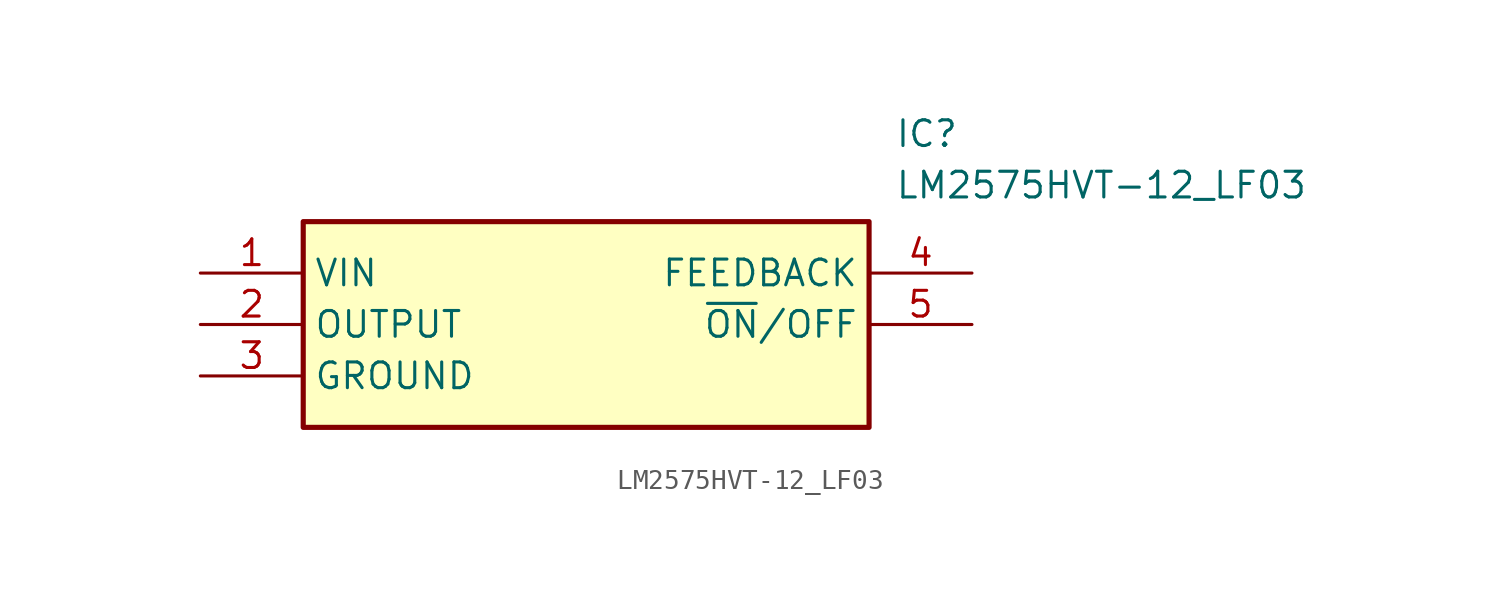
<source format=kicad_sym>
(kicad_symbol_lib
  (version 20211014)
  (generator SamacSys_ECAD_Model)
  (symbol "LM2575HVT-12_LF03"
    (property "Reference" "IC"
      (at 34.29 7.62 0)
      (effects (font (size 1.27 1.27)) (justify left top)))
    (property "Value" "LM2575HVT-12_LF03"
      (at 34.29 5.08 0)
      (effects (font (size 1.27 1.27)) (justify left top)))
    (rectangle
      (start 5.08 2.54)
      (end 33.02 -7.62)
      (stroke (width 0.254) (type default))
      (fill (type background)))
    (pin passive line
      (at 0 0 0)
      (length 5.08)
      (name "VIN" (effects (font (size 1.27 1.27))))
      (number "1" (effects (font (size 1.27 1.27)))))
    (pin passive line
      (at 0 -2.54 0)
      (length 5.08)
      (name "OUTPUT" (effects (font (size 1.27 1.27))))
      (number "2" (effects (font (size 1.27 1.27)))))
    (pin passive line
      (at 0 -5.08 0)
      (length 5.08)
      (name "GROUND" (effects (font (size 1.27 1.27))))
      (number "3" (effects (font (size 1.27 1.27)))))
    (pin passive line
      (at 38.1 0 180)
      (length 5.08)
      (name "FEEDBACK" (effects (font (size 1.27 1.27))))
      (number "4" (effects (font (size 1.27 1.27)))))
    (pin passive line
      (at 38.1 -2.54 180)
      (length 5.08)
      (name "~{ON}/OFF" (effects (font (size 1.27 1.27))))
      (number "5" (effects (font (size 1.27 1.27)))))))
</source>
